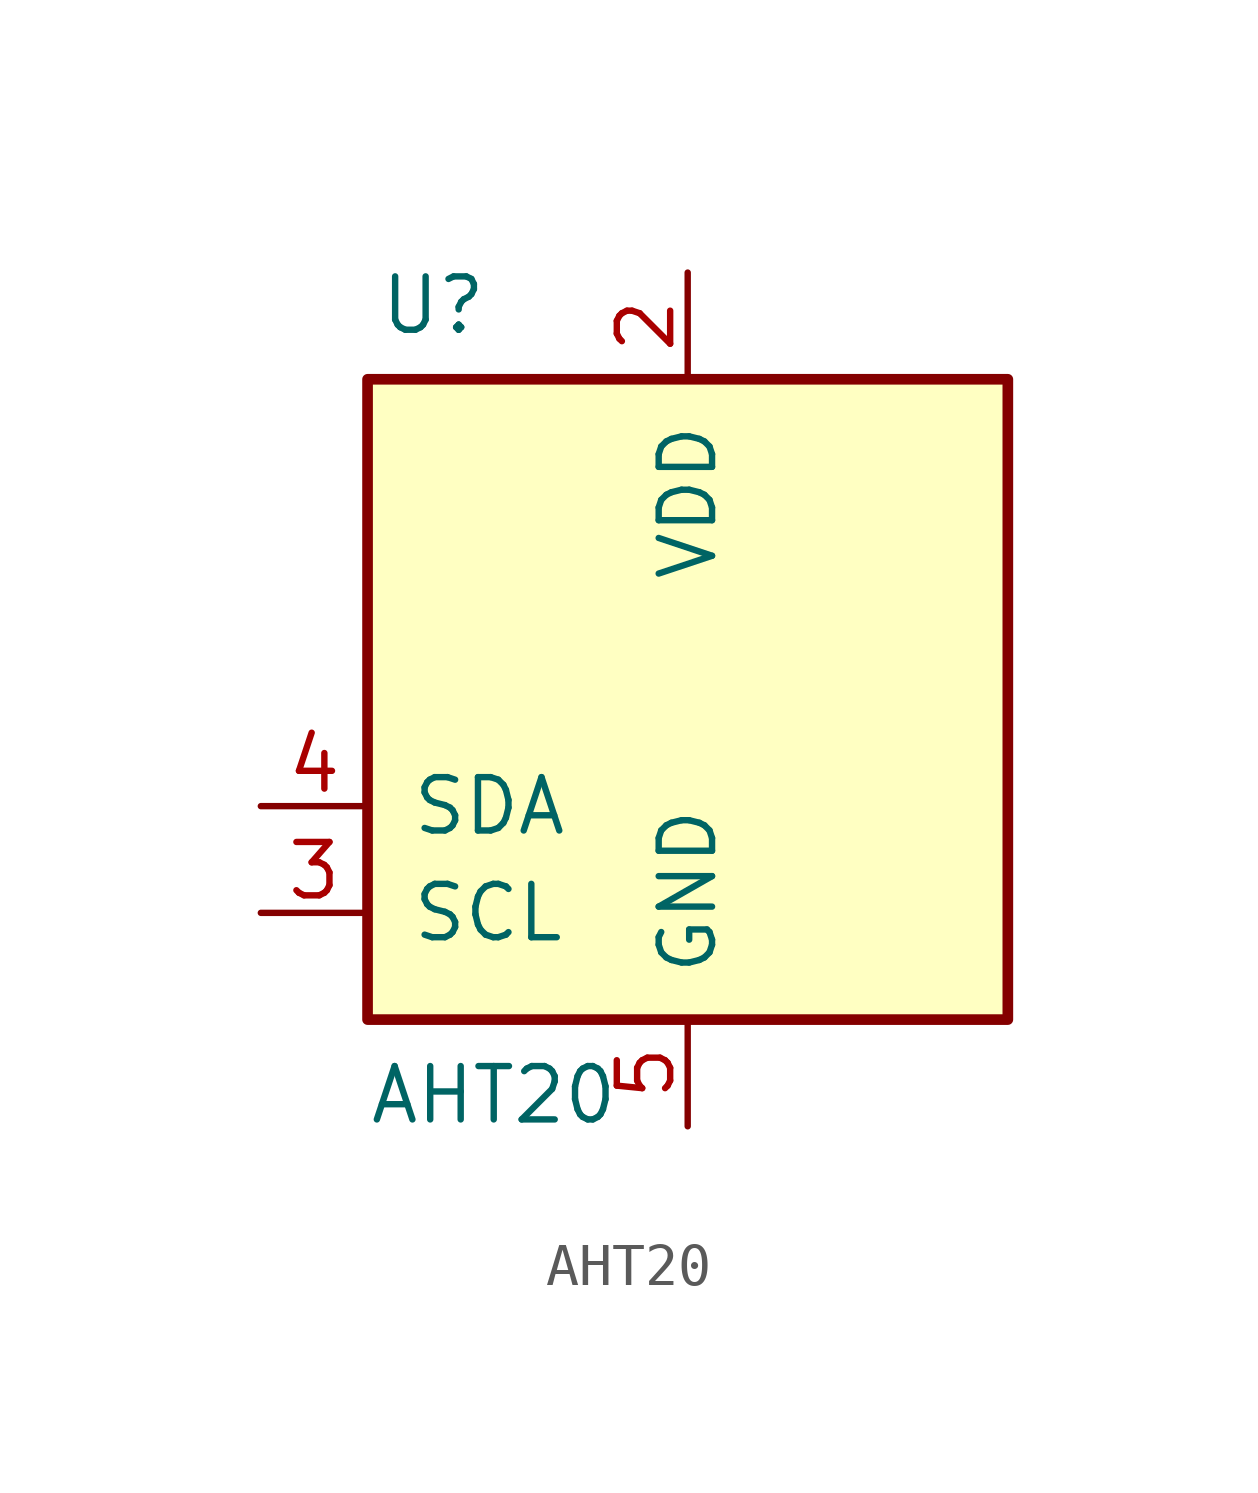
<source format=kicad_sym>
(kicad_symbol_lib
  (version 20240529)
  (generator "kicad_symbol_editor")
  (generator_version "8.99")
  (symbol "AHT20"
    (pin_names
      (offset 1.016))
    (property "Reference" "U"
      (at -7.366 8.636 0)
      (effects (font (size 1.27 1.27)) (justify left bottom)))
    (property "Value" "AHT20"
      (at -7.62 -10.16 0)
      (effects (font (size 1.27 1.27)) (justify left bottom)))
    (symbol "AHT20_0_0"
      (rectangle (start -7.62 7.62) (end 7.62 -7.62) (stroke (width 0.254) (type default)) (fill (type background))))
    (symbol "AHT20_1_0"
      (pin bidirectional line (at -10.16 -2.54 0) (length 2.54) (name "SDA" (effects (font (size 1.27 1.27)))) (number "4" (effects (font (size 1.27 1.27)))))
      (pin bidirectional line (at -10.16 -5.08 0) (length 2.54) (name "SCL" (effects (font (size 1.27 1.27)))) (number "3" (effects (font (size 1.27 1.27)))))
      (pin no_connect line (at -7.62 5.08 0) (length 2.54) hide (name "NC" (effects (font (size 1.27 1.27)))) (number "1" (effects (font (size 1.27 1.27)))))
      (pin power_in line (at 0 10.16 270) (length 2.54) (name "VDD" (effects (font (size 1.27 1.27)))) (number "2" (effects (font (size 1.27 1.27)))))
      (pin power_in line (at 0 -10.16 90) (length 2.54) (name "GND" (effects (font (size 1.27 1.27)))) (number "5" (effects (font (size 1.27 1.27)))))
      (pin no_connect line (at 7.62 5.08 180) (length 2.54) hide (name "NC" (effects (font (size 1.27 1.27)))) (number "6" (effects (font (size 1.27 1.27))))))))
</source>
